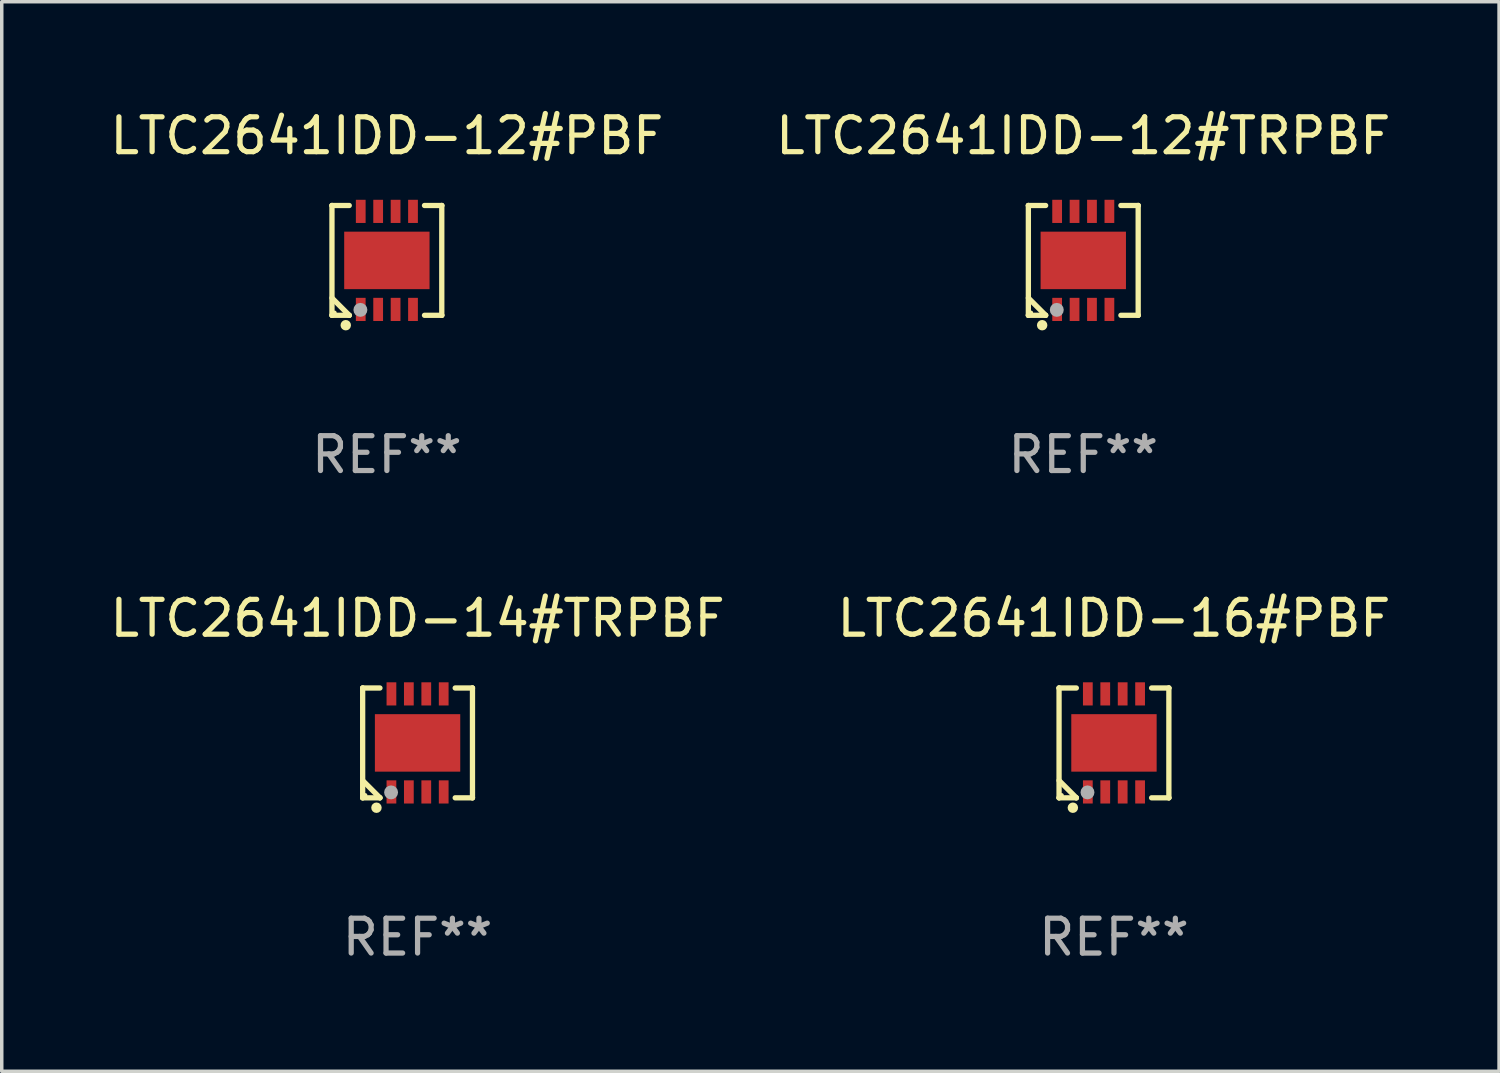
<source format=kicad_pcb>
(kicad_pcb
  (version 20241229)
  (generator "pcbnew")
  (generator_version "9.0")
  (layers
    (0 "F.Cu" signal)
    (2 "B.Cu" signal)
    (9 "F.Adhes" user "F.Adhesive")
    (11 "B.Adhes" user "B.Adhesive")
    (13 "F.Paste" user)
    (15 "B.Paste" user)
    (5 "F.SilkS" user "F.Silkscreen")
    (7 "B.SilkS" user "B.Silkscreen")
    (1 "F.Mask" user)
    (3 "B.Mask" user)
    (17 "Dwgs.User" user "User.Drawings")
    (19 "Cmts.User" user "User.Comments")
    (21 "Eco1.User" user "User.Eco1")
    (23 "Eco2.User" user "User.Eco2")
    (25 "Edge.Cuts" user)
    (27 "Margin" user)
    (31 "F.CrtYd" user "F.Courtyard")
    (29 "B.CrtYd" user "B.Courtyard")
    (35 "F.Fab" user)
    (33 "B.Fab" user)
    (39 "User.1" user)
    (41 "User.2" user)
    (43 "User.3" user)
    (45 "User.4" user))
  (footprint "LTC2641IDD-12#TRPBF"
    (layer "F.Cu")
    (at 28.042 4.424)
    (property "Reference" "LTC2641IDD-12#TRPBF" (at 0 -3.576 0) (layer "F.SilkS") (effects (font (size 1 1) (thickness 0.15))))
    (attr through_hole)
    (fp_line (start -1.576 -1.576) (end -1.576 -1.576) (stroke (width 0.152) (type solid)) (layer "F.SilkS"))
    (fp_line (start -1.576 -1.576) (end -1.08 -1.576) (stroke (width 0.152) (type solid)) (layer "F.SilkS"))
    (fp_line (start -1.576 1.576) (end -1.576 -1.576) (stroke (width 0.152) (type solid)) (layer "F.SilkS"))
    (fp_line (start -1.576 1.576) (end -1.576 1.576) (stroke (width 0.152) (type solid)) (layer "F.SilkS"))
    (fp_line (start -1.08 1.575) (end -1.576 1.079) (stroke (width 0.152) (type solid)) (layer "F.SilkS"))
    (fp_line (start -1.08 1.576) (end -1.576 1.576) (stroke (width 0.152) (type solid)) (layer "F.SilkS"))
    (fp_line (start -1.08 1.576) (end -1.08 1.575) (stroke (width 0.152) (type solid)) (layer "F.SilkS"))
    (fp_line (start 1.08 1.576) (end 1.576 1.576) (stroke (width 0.152) (type solid)) (layer "F.SilkS"))
    (fp_line (start 1.576 -1.576) (end 1.08 -1.576) (stroke (width 0.152) (type solid)) (layer "F.SilkS"))
    (fp_line (start 1.576 -1.576) (end 1.576 -1.576) (stroke (width 0.152) (type solid)) (layer "F.SilkS"))
    (fp_line (start 1.576 1.576) (end 1.576 -1.576) (stroke (width 0.152) (type solid)) (layer "F.SilkS"))
    (fp_line (start 1.576 1.576) (end 1.576 1.576) (stroke (width 0.152) (type solid)) (layer "F.SilkS"))
    (fp_circle (center -1.5 1.5) (end -1.47 1.5) (stroke (width 0.06) (type solid)) (fill no) (layer "F.SilkS"))
    (fp_circle (center -1.18 1.86) (end -1.105 1.86) (stroke (width 0.15) (type solid)) (fill no) (layer "F.SilkS"))
    (fp_circle (center -0.76 1.42) (end -0.66 1.42) (stroke (width 0.2) (type solid)) (fill no) (layer "F.Fab"))
    (fp_text user "REF**" (at 0 5.576 0) (layer "F.Fab") (effects (font (size 1 1) (thickness 0.15))))
    (pad "1" smd rect (at -0.75 1.407) (size 0.28 0.665) (layers "F.Cu" "F.Mask" "F.Paste"))
    (pad "2" smd rect (at -0.25 1.407) (size 0.28 0.665) (layers "F.Cu" "F.Mask" "F.Paste"))
    (pad "3" smd rect (at 0.25 1.407) (size 0.28 0.665) (layers "F.Cu" "F.Mask" "F.Paste"))
    (pad "4" smd rect (at 0.75 1.407) (size 0.28 0.665) (layers "F.Cu" "F.Mask" "F.Paste"))
    (pad "5" smd rect (at 0.75 -1.407) (size 0.28 0.665) (layers "F.Cu" "F.Mask" "F.Paste"))
    (pad "6" smd rect (at 0.25 -1.407) (size 0.28 0.665) (layers "F.Cu" "F.Mask" "F.Paste"))
    (pad "7" smd rect (at -0.25 -1.407) (size 0.28 0.665) (layers "F.Cu" "F.Mask" "F.Paste"))
    (pad "8" smd rect (at -0.75 -1.407) (size 0.28 0.665) (layers "F.Cu" "F.Mask" "F.Paste"))
    (pad "9" smd rect (at 0 0) (size 2.45 1.65) (layers "F.Cu" "F.Mask" "F.Paste")))
  (footprint "LTC2641IDD-16#PBF"
    (layer "F.Cu")
    (at 28.923 18.273)
    (property "Reference" "LTC2641IDD-16#PBF" (at 0 -3.576 0) (layer "F.SilkS") (effects (font (size 1 1) (thickness 0.15))))
    (attr through_hole)
    (fp_line (start -1.576 -1.576) (end -1.576 -1.576) (stroke (width 0.152) (type solid)) (layer "F.SilkS"))
    (fp_line (start -1.576 -1.576) (end -1.08 -1.576) (stroke (width 0.152) (type solid)) (layer "F.SilkS"))
    (fp_line (start -1.576 1.576) (end -1.576 -1.576) (stroke (width 0.152) (type solid)) (layer "F.SilkS"))
    (fp_line (start -1.576 1.576) (end -1.576 1.576) (stroke (width 0.152) (type solid)) (layer "F.SilkS"))
    (fp_line (start -1.08 1.575) (end -1.576 1.079) (stroke (width 0.152) (type solid)) (layer "F.SilkS"))
    (fp_line (start -1.08 1.576) (end -1.576 1.576) (stroke (width 0.152) (type solid)) (layer "F.SilkS"))
    (fp_line (start -1.08 1.576) (end -1.08 1.575) (stroke (width 0.152) (type solid)) (layer "F.SilkS"))
    (fp_line (start 1.08 1.576) (end 1.576 1.576) (stroke (width 0.152) (type solid)) (layer "F.SilkS"))
    (fp_line (start 1.576 -1.576) (end 1.08 -1.576) (stroke (width 0.152) (type solid)) (layer "F.SilkS"))
    (fp_line (start 1.576 -1.576) (end 1.576 -1.576) (stroke (width 0.152) (type solid)) (layer "F.SilkS"))
    (fp_line (start 1.576 1.576) (end 1.576 -1.576) (stroke (width 0.152) (type solid)) (layer "F.SilkS"))
    (fp_line (start 1.576 1.576) (end 1.576 1.576) (stroke (width 0.152) (type solid)) (layer "F.SilkS"))
    (fp_circle (center -1.5 1.5) (end -1.47 1.5) (stroke (width 0.06) (type solid)) (fill no) (layer "F.SilkS"))
    (fp_circle (center -1.18 1.86) (end -1.105 1.86) (stroke (width 0.15) (type solid)) (fill no) (layer "F.SilkS"))
    (fp_circle (center -0.76 1.42) (end -0.66 1.42) (stroke (width 0.2) (type solid)) (fill no) (layer "F.Fab"))
    (fp_text user "REF**" (at 0 5.576 0) (layer "F.Fab") (effects (font (size 1 1) (thickness 0.15))))
    (pad "1" smd rect (at -0.75 1.407) (size 0.28 0.665) (layers "F.Cu" "F.Mask" "F.Paste"))
    (pad "2" smd rect (at -0.25 1.407) (size 0.28 0.665) (layers "F.Cu" "F.Mask" "F.Paste"))
    (pad "3" smd rect (at 0.25 1.407) (size 0.28 0.665) (layers "F.Cu" "F.Mask" "F.Paste"))
    (pad "4" smd rect (at 0.75 1.407) (size 0.28 0.665) (layers "F.Cu" "F.Mask" "F.Paste"))
    (pad "5" smd rect (at 0.75 -1.407) (size 0.28 0.665) (layers "F.Cu" "F.Mask" "F.Paste"))
    (pad "6" smd rect (at 0.25 -1.407) (size 0.28 0.665) (layers "F.Cu" "F.Mask" "F.Paste"))
    (pad "7" smd rect (at -0.25 -1.407) (size 0.28 0.665) (layers "F.Cu" "F.Mask" "F.Paste"))
    (pad "8" smd rect (at -0.75 -1.407) (size 0.28 0.665) (layers "F.Cu" "F.Mask" "F.Paste"))
    (pad "9" smd rect (at 0 0) (size 2.45 1.65) (layers "F.Cu" "F.Mask" "F.Paste")))
  (footprint "LTC2641IDD-14#TRPBF"
    (layer "F.Cu")
    (at 8.935 18.273)
    (property "Reference" "LTC2641IDD-14#TRPBF" (at 0 -3.576 0) (layer "F.SilkS") (effects (font (size 1 1) (thickness 0.15))))
    (attr through_hole)
    (fp_line (start -1.576 -1.576) (end -1.576 -1.576) (stroke (width 0.152) (type solid)) (layer "F.SilkS"))
    (fp_line (start -1.576 -1.576) (end -1.08 -1.576) (stroke (width 0.152) (type solid)) (layer "F.SilkS"))
    (fp_line (start -1.576 1.576) (end -1.576 -1.576) (stroke (width 0.152) (type solid)) (layer "F.SilkS"))
    (fp_line (start -1.576 1.576) (end -1.576 1.576) (stroke (width 0.152) (type solid)) (layer "F.SilkS"))
    (fp_line (start -1.08 1.575) (end -1.576 1.079) (stroke (width 0.152) (type solid)) (layer "F.SilkS"))
    (fp_line (start -1.08 1.576) (end -1.576 1.576) (stroke (width 0.152) (type solid)) (layer "F.SilkS"))
    (fp_line (start -1.08 1.576) (end -1.08 1.575) (stroke (width 0.152) (type solid)) (layer "F.SilkS"))
    (fp_line (start 1.08 1.576) (end 1.576 1.576) (stroke (width 0.152) (type solid)) (layer "F.SilkS"))
    (fp_line (start 1.576 -1.576) (end 1.08 -1.576) (stroke (width 0.152) (type solid)) (layer "F.SilkS"))
    (fp_line (start 1.576 -1.576) (end 1.576 -1.576) (stroke (width 0.152) (type solid)) (layer "F.SilkS"))
    (fp_line (start 1.576 1.576) (end 1.576 -1.576) (stroke (width 0.152) (type solid)) (layer "F.SilkS"))
    (fp_line (start 1.576 1.576) (end 1.576 1.576) (stroke (width 0.152) (type solid)) (layer "F.SilkS"))
    (fp_circle (center -1.5 1.5) (end -1.47 1.5) (stroke (width 0.06) (type solid)) (fill no) (layer "F.SilkS"))
    (fp_circle (center -1.18 1.86) (end -1.105 1.86) (stroke (width 0.15) (type solid)) (fill no) (layer "F.SilkS"))
    (fp_circle (center -0.76 1.42) (end -0.66 1.42) (stroke (width 0.2) (type solid)) (fill no) (layer "F.Fab"))
    (fp_text user "REF**" (at 0 5.576 0) (layer "F.Fab") (effects (font (size 1 1) (thickness 0.15))))
    (pad "1" smd rect (at -0.75 1.407) (size 0.28 0.665) (layers "F.Cu" "F.Mask" "F.Paste"))
    (pad "2" smd rect (at -0.25 1.407) (size 0.28 0.665) (layers "F.Cu" "F.Mask" "F.Paste"))
    (pad "3" smd rect (at 0.25 1.407) (size 0.28 0.665) (layers "F.Cu" "F.Mask" "F.Paste"))
    (pad "4" smd rect (at 0.75 1.407) (size 0.28 0.665) (layers "F.Cu" "F.Mask" "F.Paste"))
    (pad "5" smd rect (at 0.75 -1.407) (size 0.28 0.665) (layers "F.Cu" "F.Mask" "F.Paste"))
    (pad "6" smd rect (at 0.25 -1.407) (size 0.28 0.665) (layers "F.Cu" "F.Mask" "F.Paste"))
    (pad "7" smd rect (at -0.25 -1.407) (size 0.28 0.665) (layers "F.Cu" "F.Mask" "F.Paste"))
    (pad "8" smd rect (at -0.75 -1.407) (size 0.28 0.665) (layers "F.Cu" "F.Mask" "F.Paste"))
    (pad "9" smd rect (at 0 0) (size 2.45 1.65) (layers "F.Cu" "F.Mask" "F.Paste")))
  (footprint "LTC2641IDD-12#PBF"
    (layer "F.Cu")
    (at 8.054 4.424)
    (property "Reference" "LTC2641IDD-12#PBF" (at 0 -3.576 0) (layer "F.SilkS") (effects (font (size 1 1) (thickness 0.15))))
    (attr through_hole)
    (fp_line (start -1.576 -1.576) (end -1.576 -1.576) (stroke (width 0.152) (type solid)) (layer "F.SilkS"))
    (fp_line (start -1.576 -1.576) (end -1.08 -1.576) (stroke (width 0.152) (type solid)) (layer "F.SilkS"))
    (fp_line (start -1.576 1.576) (end -1.576 -1.576) (stroke (width 0.152) (type solid)) (layer "F.SilkS"))
    (fp_line (start -1.576 1.576) (end -1.576 1.576) (stroke (width 0.152) (type solid)) (layer "F.SilkS"))
    (fp_line (start -1.08 1.575) (end -1.576 1.079) (stroke (width 0.152) (type solid)) (layer "F.SilkS"))
    (fp_line (start -1.08 1.576) (end -1.576 1.576) (stroke (width 0.152) (type solid)) (layer "F.SilkS"))
    (fp_line (start -1.08 1.576) (end -1.08 1.575) (stroke (width 0.152) (type solid)) (layer "F.SilkS"))
    (fp_line (start 1.08 1.576) (end 1.576 1.576) (stroke (width 0.152) (type solid)) (layer "F.SilkS"))
    (fp_line (start 1.576 -1.576) (end 1.08 -1.576) (stroke (width 0.152) (type solid)) (layer "F.SilkS"))
    (fp_line (start 1.576 -1.576) (end 1.576 -1.576) (stroke (width 0.152) (type solid)) (layer "F.SilkS"))
    (fp_line (start 1.576 1.576) (end 1.576 -1.576) (stroke (width 0.152) (type solid)) (layer "F.SilkS"))
    (fp_line (start 1.576 1.576) (end 1.576 1.576) (stroke (width 0.152) (type solid)) (layer "F.SilkS"))
    (fp_circle (center -1.5 1.5) (end -1.47 1.5) (stroke (width 0.06) (type solid)) (fill no) (layer "F.SilkS"))
    (fp_circle (center -1.18 1.86) (end -1.105 1.86) (stroke (width 0.15) (type solid)) (fill no) (layer "F.SilkS"))
    (fp_circle (center -0.76 1.42) (end -0.66 1.42) (stroke (width 0.2) (type solid)) (fill no) (layer "F.Fab"))
    (fp_text user "REF**" (at 0 5.576 0) (layer "F.Fab") (effects (font (size 1 1) (thickness 0.15))))
    (pad "1" smd rect (at -0.75 1.407) (size 0.28 0.665) (layers "F.Cu" "F.Mask" "F.Paste"))
    (pad "2" smd rect (at -0.25 1.407) (size 0.28 0.665) (layers "F.Cu" "F.Mask" "F.Paste"))
    (pad "3" smd rect (at 0.25 1.407) (size 0.28 0.665) (layers "F.Cu" "F.Mask" "F.Paste"))
    (pad "4" smd rect (at 0.75 1.407) (size 0.28 0.665) (layers "F.Cu" "F.Mask" "F.Paste"))
    (pad "5" smd rect (at 0.75 -1.407) (size 0.28 0.665) (layers "F.Cu" "F.Mask" "F.Paste"))
    (pad "6" smd rect (at 0.25 -1.407) (size 0.28 0.665) (layers "F.Cu" "F.Mask" "F.Paste"))
    (pad "7" smd rect (at -0.25 -1.407) (size 0.28 0.665) (layers "F.Cu" "F.Mask" "F.Paste"))
    (pad "8" smd rect (at -0.75 -1.407) (size 0.28 0.665) (layers "F.Cu" "F.Mask" "F.Paste"))
    (pad "9" smd rect (at 0 0) (size 2.45 1.65) (layers "F.Cu" "F.Mask" "F.Paste")))
  (gr_rect
    (start -3 -3)
    (end 39.976 27.698)
    (stroke (width 0.1) (type default))
    (fill no)
    (layer "Edge.Cuts")))
</source>
